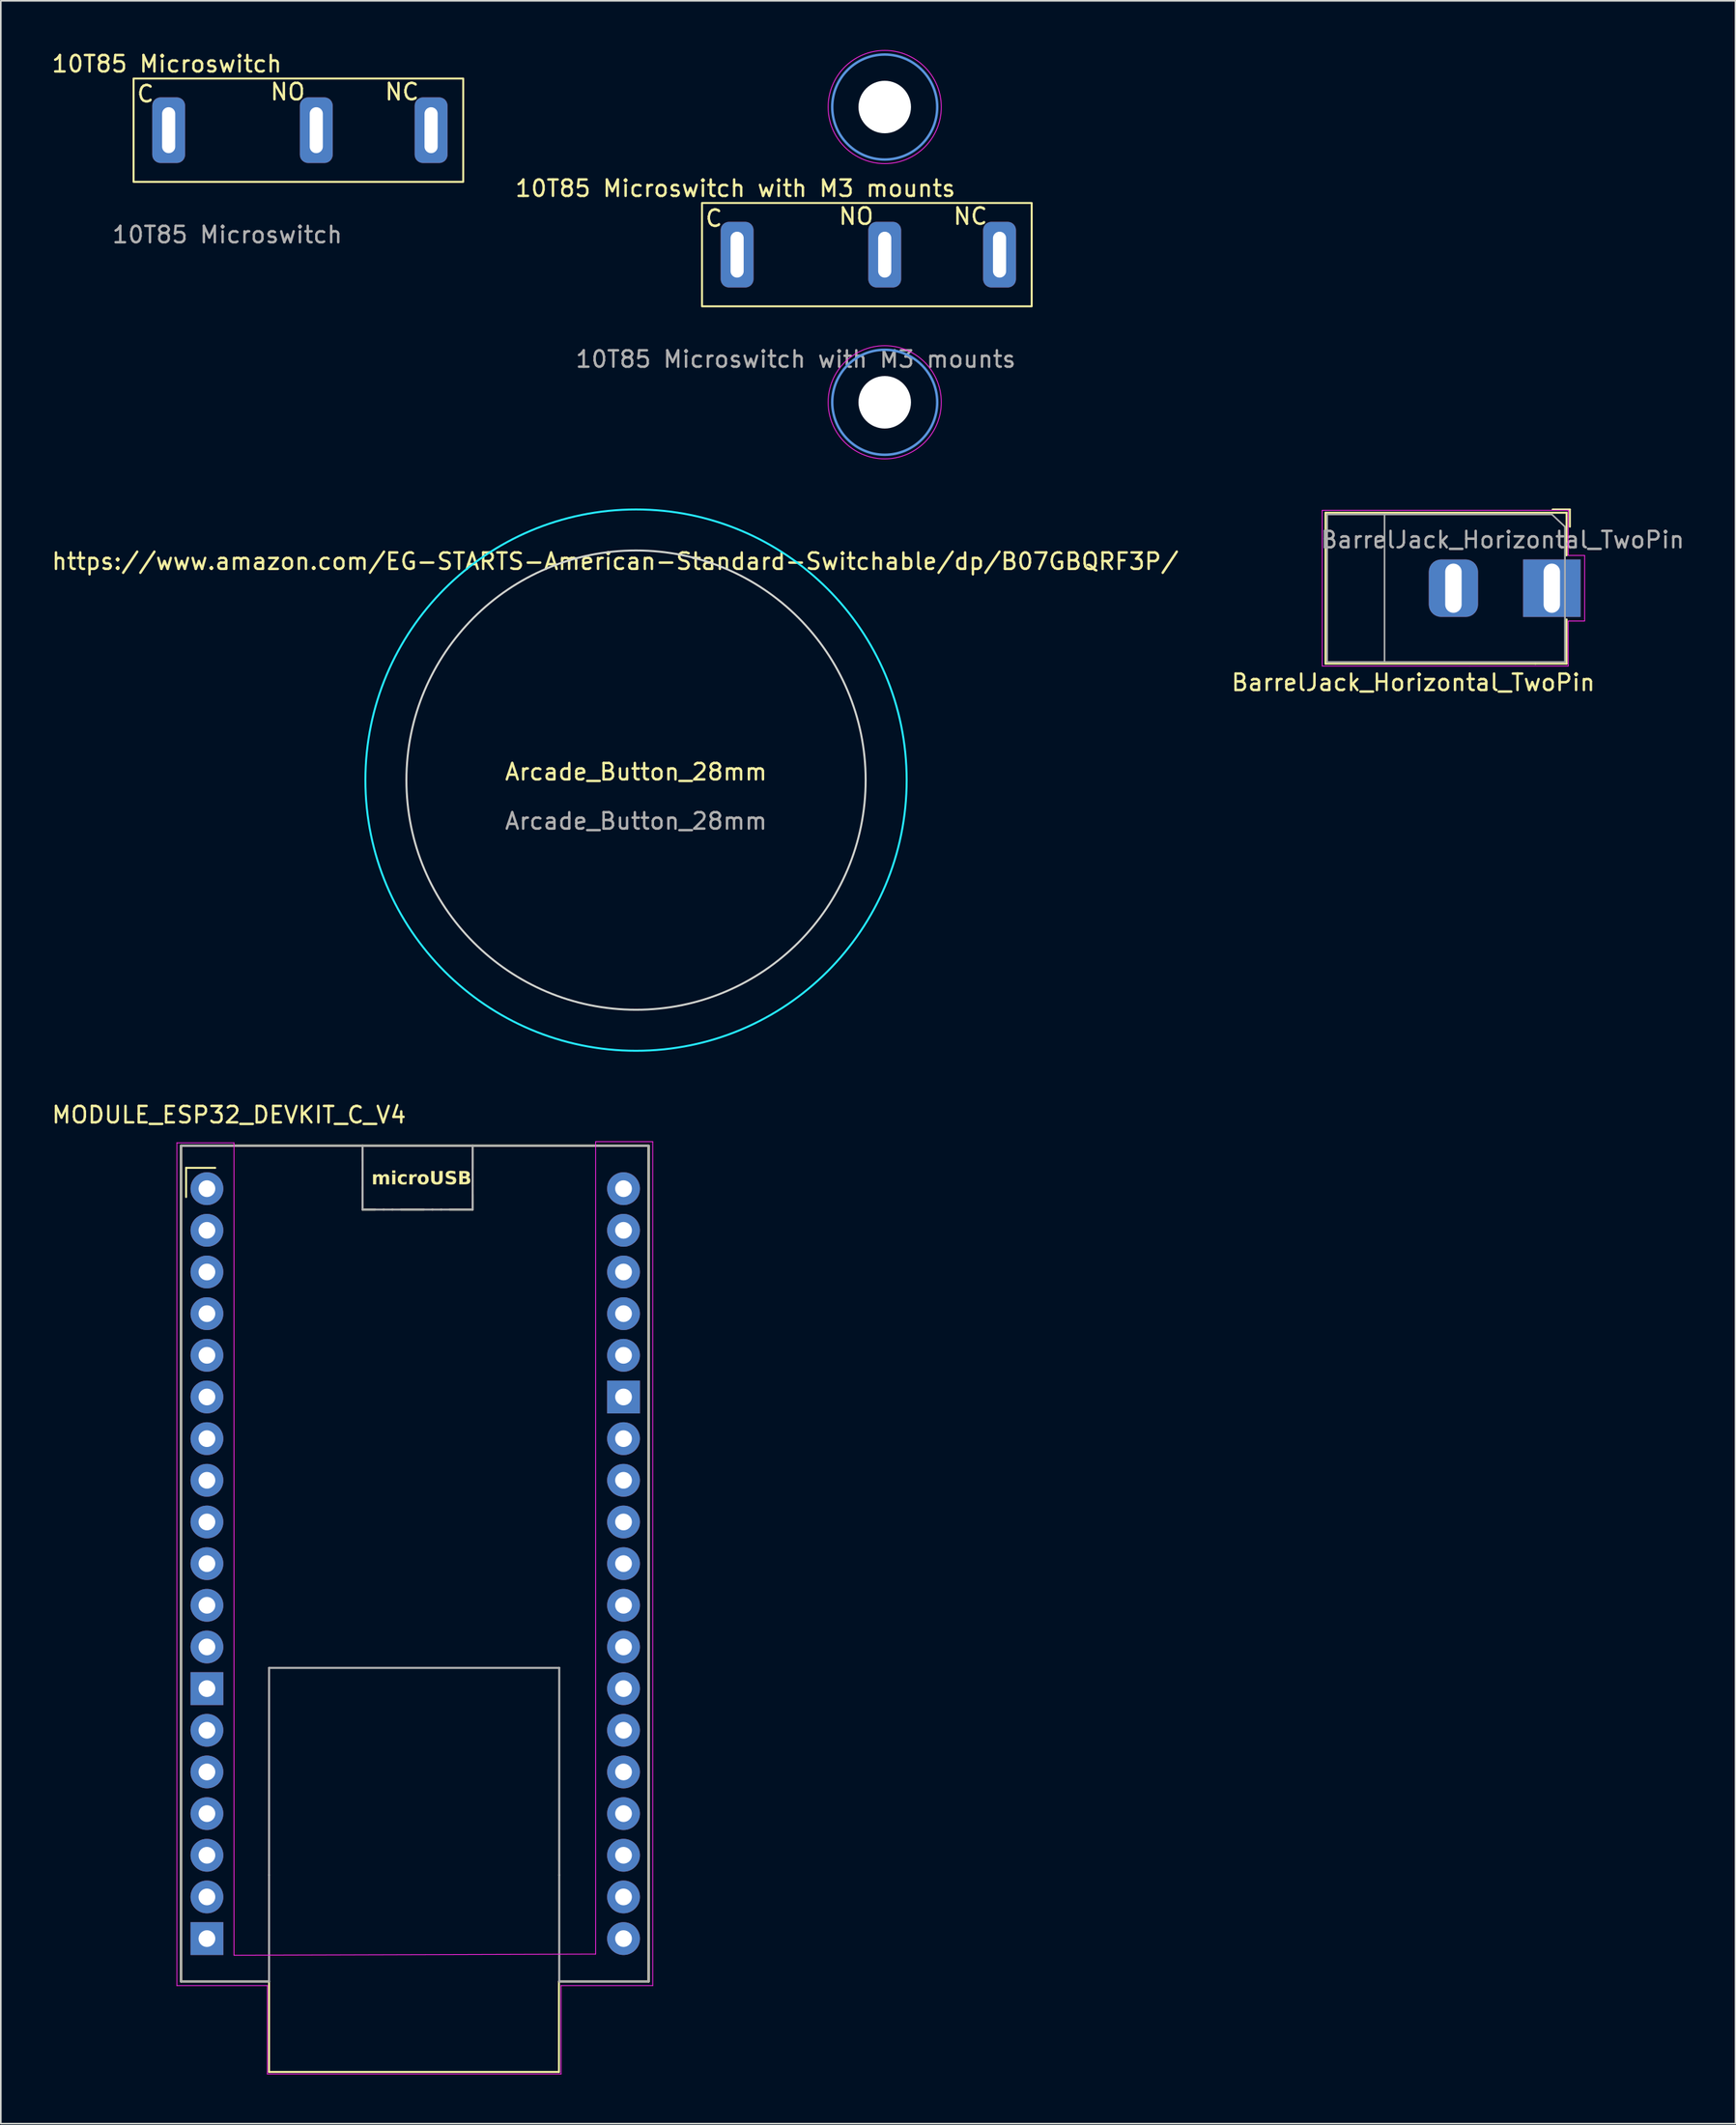
<source format=kicad_pcb>
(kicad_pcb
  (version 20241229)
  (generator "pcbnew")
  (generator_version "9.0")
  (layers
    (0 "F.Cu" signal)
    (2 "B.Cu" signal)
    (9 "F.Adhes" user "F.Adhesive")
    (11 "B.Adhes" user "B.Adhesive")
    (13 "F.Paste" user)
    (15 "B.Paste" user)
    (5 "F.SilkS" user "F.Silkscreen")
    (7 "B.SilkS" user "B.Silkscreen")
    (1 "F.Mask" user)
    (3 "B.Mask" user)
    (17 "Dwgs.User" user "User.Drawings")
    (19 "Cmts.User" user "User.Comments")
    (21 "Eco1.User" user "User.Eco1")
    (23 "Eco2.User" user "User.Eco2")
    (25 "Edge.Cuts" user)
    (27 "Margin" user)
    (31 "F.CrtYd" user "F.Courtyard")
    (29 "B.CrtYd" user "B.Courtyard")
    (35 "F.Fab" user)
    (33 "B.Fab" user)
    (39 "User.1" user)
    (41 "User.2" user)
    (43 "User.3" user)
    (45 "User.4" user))
  (footprint "MODULE_ESP32_DEVKIT_C_V4"
    (layer "F.Cu")
    (at 22.266 92.278)
    (property "Reference" "MODULE_ESP32_DEVKIT_C_V4" (at -11.355 -27.36 0) (layer "F.SilkS") (effects (font (size 1 1) (thickness 0.15))))
    (attr through_hole)
    (fp_line (start -14.28 -25.475) (end -3.211 -25.475) (stroke (width 0.127) (type solid)) (layer "F.SilkS"))
    (fp_line (start -14.28 -25.475) (end 14.23 -25.475) (stroke (width 0.127) (type solid)) (layer "F.SilkS"))
    (fp_line (start -14.28 25.475) (end -14.28 -25.475) (stroke (width 0.127) (type solid)) (layer "F.SilkS"))
    (fp_line (start -14.28 25.475) (end -14.28 -25.475) (stroke (width 0.127) (type solid)) (layer "F.SilkS"))
    (fp_line (start -14.28 25.475) (end -8.91 25.475) (stroke (width 0.127) (type solid)) (layer "F.SilkS"))
    (fp_line (start -13.97 -22.352) (end -13.97 -24.13) (stroke (width 0.12) (type default)) (layer "F.SilkS"))
    (fp_line (start -12.192 -24.13) (end -13.97 -24.13) (stroke (width 0.12) (type default)) (layer "F.SilkS"))
    (fp_line (start -8.91 25.475) (end -8.91 30.988) (stroke (width 0.12) (type default)) (layer "F.SilkS"))
    (fp_line (start -8.91 30.988) (end 8.763 30.988) (stroke (width 0.12) (type default)) (layer "F.SilkS"))
    (fp_line (start -3.211 -25.475) (end 3.5 -25.475) (stroke (width 0.127) (type solid)) (layer "F.SilkS"))
    (fp_line (start -3.211 -21.585) (end -3.211 -25.475) (stroke (width 0.127) (type dash_dot_dot)) (layer "F.SilkS"))
    (fp_line (start 3.5 -25.475) (end 3.5 -21.585) (stroke (width 0.127) (type dash_dot_dot)) (layer "F.SilkS"))
    (fp_line (start 3.5 -25.475) (end 14.23 -25.475) (stroke (width 0.127) (type solid)) (layer "F.SilkS"))
    (fp_line (start 3.5 -21.585) (end -3.211 -21.585) (stroke (width 0.127) (type dash_dot_dot)) (layer "F.SilkS"))
    (fp_line (start 8.763 30.988) (end 8.763 25.475) (stroke (width 0.12) (type default)) (layer "F.SilkS"))
    (fp_line (start 8.78 25.475) (end 14.23 25.475) (stroke (width 0.127) (type solid)) (layer "F.SilkS"))
    (fp_line (start 14.23 -25.475) (end 14.23 25.475) (stroke (width 0.127) (type solid)) (layer "F.SilkS"))
    (fp_line (start 14.23 -25.475) (end 14.23 25.475) (stroke (width 0.127) (type solid)) (layer "F.SilkS"))
    (fp_line (start -14.53 -25.654) (end -14.53 25.725) (stroke (width 0.05) (type solid)) (layer "F.CrtYd"))
    (fp_line (start -14.53 -25.654) (end -11.049 -25.654) (stroke (width 0.05) (type solid)) (layer "F.CrtYd"))
    (fp_line (start -14.53 25.725) (end -9.017 25.725) (stroke (width 0.05) (type solid)) (layer "F.CrtYd"))
    (fp_line (start -11.049 -25.654) (end -11.049 23.876) (stroke (width 0.05) (type solid)) (layer "F.CrtYd"))
    (fp_line (start -9.017 25.725) (end -9.017 31.115) (stroke (width 0.05) (type default)) (layer "F.CrtYd"))
    (fp_line (start 8.89 25.725) (end 8.89 31.115) (stroke (width 0.05) (type default)) (layer "F.CrtYd"))
    (fp_line (start 8.89 25.725) (end 14.48 25.725) (stroke (width 0.05) (type solid)) (layer "F.CrtYd"))
    (fp_line (start 8.89 31.115) (end -9.017 31.115) (stroke (width 0.05) (type default)) (layer "F.CrtYd"))
    (fp_line (start 10.999 -25.725) (end 10.999 23.805) (stroke (width 0.05) (type solid)) (layer "F.CrtYd"))
    (fp_line (start 10.999 -25.725) (end 14.48 -25.725) (stroke (width 0.05) (type solid)) (layer "F.CrtYd"))
    (fp_line (start 10.999 23.805) (end -11.049 23.876) (stroke (width 0.05) (type default)) (layer "F.CrtYd"))
    (fp_line (start 14.48 25.725) (end 14.48 -25.725) (stroke (width 0.05) (type solid)) (layer "F.CrtYd"))
    (fp_line (start -14.28 -25.475) (end -3.211 -25.475) (stroke (width 0.127) (type solid)) (layer "F.Fab"))
    (fp_line (start -14.28 25.475) (end -14.28 -25.475) (stroke (width 0.127) (type solid)) (layer "F.Fab"))
    (fp_line (start -14.28 25.475) (end -8.91 25.475) (stroke (width 0.127) (type solid)) (layer "F.Fab"))
    (fp_line (start -8.91 6.355) (end 8.78 6.355) (stroke (width 0.127) (type solid)) (layer "F.Fab"))
    (fp_line (start -8.91 18.985) (end -8.91 6.355) (stroke (width 0.127) (type solid)) (layer "F.Fab"))
    (fp_line (start -8.91 25.475) (end -8.91 18.985) (stroke (width 0.127) (type solid)) (layer "F.Fab"))
    (fp_line (start -3.211 -25.475) (end 3.5 -25.475) (stroke (width 0.127) (type solid)) (layer "F.Fab"))
    (fp_line (start -3.211 -21.585) (end -3.211 -25.475) (stroke (width 0.127) (type solid)) (layer "F.Fab"))
    (fp_line (start 3.5 -25.475) (end 3.5 -21.585) (stroke (width 0.127) (type solid)) (layer "F.Fab"))
    (fp_line (start 3.5 -25.475) (end 14.23 -25.475) (stroke (width 0.127) (type solid)) (layer "F.Fab"))
    (fp_line (start 3.5 -21.585) (end -3.211 -21.585) (stroke (width 0.127) (type solid)) (layer "F.Fab"))
    (fp_line (start 8.78 6.355) (end 8.78 18.985) (stroke (width 0.127) (type solid)) (layer "F.Fab"))
    (fp_line (start 8.78 18.985) (end 8.78 25.475) (stroke (width 0.127) (type solid)) (layer "F.Fab"))
    (fp_line (start 8.78 25.475) (end 14.23 25.475) (stroke (width 0.127) (type solid)) (layer "F.Fab"))
    (fp_line (start 14.23 -25.475) (end 14.23 25.475) (stroke (width 0.127) (type solid)) (layer "F.Fab"))
    (fp_text user "microUSB" (at -2.667 -22.987 0) (unlocked yes) (layer "F.SilkS") (effects (font (face "Space Mono") (size 0.8 0.8) (thickness 0.16) (bold yes) (italic yes)) (justify left bottom)))
    (pad "1" thru_hole circle (at -12.7 -22.86) (size 2 2) (drill 1.02) (layers "*.Cu" "*.Mask"))
    (pad "2" thru_hole circle (at -12.7 -20.32) (size 2 2) (drill 1.02) (layers "*.Cu" "*.Mask"))
    (pad "3" thru_hole circle (at -12.7 -17.78) (size 2 2) (drill 1.02) (layers "*.Cu" "*.Mask"))
    (pad "4" thru_hole circle (at -12.7 -15.24) (size 2 2) (drill 1.02) (layers "*.Cu" "*.Mask"))
    (pad "5" thru_hole circle (at -12.7 -12.7) (size 2 2) (drill 1.02) (layers "*.Cu" "*.Mask"))
    (pad "6" thru_hole circle (at -12.7 -10.16) (size 2 2) (drill 1.02) (layers "*.Cu" "*.Mask"))
    (pad "7" thru_hole circle (at -12.7 -7.62) (size 2 2) (drill 1.02) (layers "*.Cu" "*.Mask"))
    (pad "8" thru_hole circle (at -12.7 -5.08) (size 2 2) (drill 1.02) (layers "*.Cu" "*.Mask"))
    (pad "9" thru_hole circle (at -12.7 -2.54) (size 2 2) (drill 1.02) (layers "*.Cu" "*.Mask"))
    (pad "10" thru_hole circle (at -12.7 0) (size 2 2) (drill 1.02) (layers "*.Cu" "*.Mask"))
    (pad "11" thru_hole circle (at -12.7 2.54) (size 2 2) (drill 1.02) (layers "*.Cu" "*.Mask"))
    (pad "12" thru_hole circle (at -12.7 5.08) (size 2 2) (drill 1.02) (layers "*.Cu" "*.Mask"))
    (pad "13" thru_hole rect (at -12.7 7.62) (size 2 2) (drill 1.02) (layers "*.Cu" "*.Mask"))
    (pad "14" thru_hole circle (at -12.7 10.16) (size 2 2) (drill 1.02) (layers "*.Cu" "*.Mask"))
    (pad "15" thru_hole circle (at -12.7 12.7) (size 2 2) (drill 1.02) (layers "*.Cu" "*.Mask"))
    (pad "16" thru_hole circle (at -12.7 15.24) (size 2 2) (drill 1.02) (layers "*.Cu" "*.Mask"))
    (pad "17" thru_hole circle (at -12.7 17.78) (size 2 2) (drill 1.02) (layers "*.Cu" "*.Mask"))
    (pad "18" thru_hole circle (at -12.7 20.32) (size 2 2) (drill 1.02) (layers "*.Cu" "*.Mask"))
    (pad "19" thru_hole rect (at -12.7 22.86) (size 2 2) (drill 1.02) (layers "*.Cu" "*.Mask"))
    (pad "20" thru_hole circle (at 12.7 22.86) (size 2 2) (drill 1.02) (layers "*.Cu" "*.Mask"))
    (pad "21" thru_hole circle (at 12.7 20.32) (size 2 2) (drill 1.02) (layers "*.Cu" "*.Mask"))
    (pad "22" thru_hole circle (at 12.7 17.78) (size 2 2) (drill 1.02) (layers "*.Cu" "*.Mask"))
    (pad "23" thru_hole circle (at 12.7 15.24) (size 2 2) (drill 1.02) (layers "*.Cu" "*.Mask"))
    (pad "24" thru_hole circle (at 12.7 12.7) (size 2 2) (drill 1.02) (layers "*.Cu" "*.Mask"))
    (pad "25" thru_hole circle (at 12.7 10.16) (size 2 2) (drill 1.02) (layers "*.Cu" "*.Mask"))
    (pad "26" thru_hole circle (at 12.7 7.62) (size 2 2) (drill 1.02) (layers "*.Cu" "*.Mask"))
    (pad "27" thru_hole circle (at 12.7 5.08) (size 2 2) (drill 1.02) (layers "*.Cu" "*.Mask"))
    (pad "28" thru_hole circle (at 12.7 2.54) (size 2 2) (drill 1.02) (layers "*.Cu" "*.Mask"))
    (pad "29" thru_hole circle (at 12.7 0) (size 2 2) (drill 1.02) (layers "*.Cu" "*.Mask"))
    (pad "30" thru_hole circle (at 12.7 -2.54) (size 2 2) (drill 1.02) (layers "*.Cu" "*.Mask"))
    (pad "31" thru_hole circle (at 12.7 -5.08) (size 2 2) (drill 1.02) (layers "*.Cu" "*.Mask"))
    (pad "32" thru_hole circle (at 12.7 -7.62) (size 2 2) (drill 1.02) (layers "*.Cu" "*.Mask"))
    (pad "33" thru_hole rect (at 12.7 -10.16) (size 2 2) (drill 1.02) (layers "*.Cu" "*.Mask"))
    (pad "34" thru_hole circle (at 12.7 -12.7) (size 2 2) (drill 1.02) (layers "*.Cu" "*.Mask"))
    (pad "35" thru_hole circle (at 12.7 -15.24) (size 2 2) (drill 1.02) (layers "*.Cu" "*.Mask"))
    (pad "36" thru_hole circle (at 12.7 -17.78) (size 2 2) (drill 1.02) (layers "*.Cu" "*.Mask"))
    (pad "37" thru_hole circle (at 12.7 -20.32) (size 2 2) (drill 1.02) (layers "*.Cu" "*.Mask"))
    (pad "38" thru_hole circle (at 12.7 -22.86) (size 2 2) (drill 1.02) (layers "*.Cu" "*.Mask")))
  (footprint "10T85 Microswitch"
    (layer "F.Cu")
    (at 5.093 1.737)
    (property "Reference" "10T85 Microswitch" (at 2.032 -0.889 0) (unlocked yes) (layer "F.SilkS") (effects (font (size 1 1) (thickness 0.15))))
    (attr through_hole)
    (fp_rect (start 0 0) (end 20.1 6.3) (stroke (width 0.12) (type default)) (fill no) (layer "F.SilkS"))
    (fp_text user "C" (at 0.127 1.524 0) (unlocked yes) (layer "F.SilkS") (effects (font (size 1 1) (thickness 0.15)) (justify left bottom)))
    (fp_text user "NC" (at 15.24 1.397 0) (unlocked yes) (layer "F.SilkS") (effects (font (size 1 1) (thickness 0.15)) (justify left bottom)))
    (fp_text user "NO" (at 8.255 1.397 0) (unlocked yes) (layer "F.SilkS") (effects (font (size 1 1) (thickness 0.15)) (justify left bottom)))
    (fp_text user "${REFERENCE}" (at 5.715 9.525 0) (unlocked yes) (layer "F.Fab") (effects (font (size 1 1) (thickness 0.15))))
    (pad "1" thru_hole roundrect (at 2.14 3.15 90) (size 4 2) (drill oval 2.8 0.8) (layers "*.Cu" "*.Mask") (roundrect_rratio 0.25))
    (pad "2" thru_hole roundrect (at 18.14 3.15 90) (size 4 2) (drill oval 2.8 0.8) (layers "*.Cu" "*.Mask") (roundrect_rratio 0.25))
    (pad "3" thru_hole roundrect (at 11.14 3.15 90) (size 4 2) (drill oval 2.8 0.8) (layers "*.Cu" "*.Mask") (roundrect_rratio 0.25)))
  (footprint "BarrelJack_Horizontal_TwoPin"
    (layer "F.Cu")
    (at 91.563 32.81)
    (property "Reference" "BarrelJack_Horizontal_TwoPin" (at -8.45 5.75 0) (layer "F.SilkS") (effects (font (size 1 1) (thickness 0.15))))
    (attr through_hole)
    (fp_line (start -13.8 -4.6) (end 0.9 -4.6) (stroke (width 0.12) (type solid)) (layer "F.SilkS"))
    (fp_line (start -13.8 4.6) (end -13.8 -4.6) (stroke (width 0.12) (type solid)) (layer "F.SilkS"))
    (fp_line (start -1 4.6) (end -13.8 4.6) (stroke (width 0.12) (type solid)) (layer "F.SilkS"))
    (fp_line (start 0.05 -4.8) (end 1.1 -4.8) (stroke (width 0.12) (type solid)) (layer "F.SilkS"))
    (fp_line (start 0.9 -4.6) (end 0.9 -2) (stroke (width 0.12) (type solid)) (layer "F.SilkS"))
    (fp_line (start 0.9 1.9) (end 0.9 4.6) (stroke (width 0.12) (type solid)) (layer "F.SilkS"))
    (fp_line (start 0.9 4.6) (end -1 4.6) (stroke (width 0.12) (type solid)) (layer "F.SilkS"))
    (fp_line (start 1.1 -3.75) (end 1.1 -4.8) (stroke (width 0.12) (type solid)) (layer "F.SilkS"))
    (fp_line (start -14 4.75) (end -14 -4.75) (stroke (width 0.05) (type solid)) (layer "F.CrtYd"))
    (fp_line (start -5 4.75) (end -14 4.75) (stroke (width 0.05) (type solid)) (layer "F.CrtYd"))
    (fp_line (start 1 -4.75) (end -14 -4.75) (stroke (width 0.05) (type solid)) (layer "F.CrtYd"))
    (fp_line (start 1 -4.5) (end 1 -4.75) (stroke (width 0.05) (type solid)) (layer "F.CrtYd"))
    (fp_line (start 1 -4.5) (end 1 -2) (stroke (width 0.05) (type solid)) (layer "F.CrtYd"))
    (fp_line (start 1 -2) (end 2 -2) (stroke (width 0.05) (type solid)) (layer "F.CrtYd"))
    (fp_line (start 1 2) (end 1 4.75) (stroke (width 0.05) (type solid)) (layer "F.CrtYd"))
    (fp_line (start 1 4.75) (end -5 4.75) (stroke (width 0.05) (type solid)) (layer "F.CrtYd"))
    (fp_line (start 2 -2) (end 2 2) (stroke (width 0.05) (type solid)) (layer "F.CrtYd"))
    (fp_line (start 2 2) (end 1 2) (stroke (width 0.05) (type solid)) (layer "F.CrtYd"))
    (fp_line (start -13.7 -4.5) (end -13.7 4.5) (stroke (width 0.1) (type solid)) (layer "F.Fab"))
    (fp_line (start -13.7 4.5) (end 0.8 4.5) (stroke (width 0.1) (type solid)) (layer "F.Fab"))
    (fp_line (start -10.2 -4.5) (end -10.2 4.5) (stroke (width 0.1) (type solid)) (layer "F.Fab"))
    (fp_line (start -0.003 -4.505) (end 0.8 -3.75) (stroke (width 0.1) (type solid)) (layer "F.Fab"))
    (fp_line (start 0 -4.5) (end -13.7 -4.5) (stroke (width 0.1) (type solid)) (layer "F.Fab"))
    (fp_line (start 0.8 4.5) (end 0.8 -3.75) (stroke (width 0.1) (type solid)) (layer "F.Fab"))
    (fp_text user "${REFERENCE}" (at -3 -2.95 0) (layer "F.Fab") (effects (font (size 1 1) (thickness 0.15))))
    (pad "1" thru_hole rect (at 0 0) (size 3.5 3.5) (drill oval 1 3) (layers "*.Cu" "*.Mask"))
    (pad "2" thru_hole roundrect (at -6 0) (size 3 3.5) (drill oval 1 3) (layers "*.Cu" "*.Mask") (roundrect_rratio 0.25)))
  (footprint "Arcade_Button_28mm"
    (layer "F.Cu")
    (at 35.728 44.51)
    (property "Reference" "Arcade_Button_28mm" (at 0 -0.5 0) (unlocked yes) (layer "F.SilkS") (effects (font (size 1 1) (thickness 0.15))))
    (attr through_hole)
    (fp_circle (center 0 0) (end 14 0) (stroke (width 0.12) (type default)) (fill no) (layer "Edge.Cuts"))
    (fp_circle (center 0 0) (end 16.5 0) (stroke (width 0.12) (type default)) (fill no) (layer "B.CrtYd"))
    (fp_text user "https://www.amazon.com/EG-STARTS-American-Standard-Switchable/dp/B07GBQRF3P/" (at -1.27 -13.335 0) (layer "F.SilkS") (effects (font (size 1 1) (thickness 0.15))))
    (fp_text user "${REFERENCE}" (at 0 2.5 0) (unlocked yes) (layer "F.Fab") (effects (font (size 1 1) (thickness 0.15)))))
  (footprint "10T85 Microswitch with M3 mounts"
    (layer "F.Cu")
    (at 50.891 12.475)
    (property "Reference" "10T85 Microswitch with M3 mounts" (at -9.108 -4.039 0) (unlocked yes) (layer "F.SilkS") (effects (font (size 1 1) (thickness 0.15))))
    (attr through_hole)
    (fp_rect (start -11.14 -3.15) (end 8.96 3.15) (stroke (width 0.12) (type default)) (fill no) (layer "F.SilkS"))
    (fp_circle (center 0 -9) (end 3.2 -9) (stroke (width 0.15) (type solid)) (fill no) (layer "Cmts.User"))
    (fp_circle (center 0 9) (end 3.2 9) (stroke (width 0.15) (type solid)) (fill no) (layer "Cmts.User"))
    (fp_circle (center 0 -9) (end 3.45 -9) (stroke (width 0.05) (type solid)) (fill no) (layer "F.CrtYd"))
    (fp_circle (center 0 9) (end 3.45 9) (stroke (width 0.05) (type solid)) (fill no) (layer "F.CrtYd"))
    (fp_text user "NC" (at 4.1 -1.753 0) (unlocked yes) (layer "F.SilkS") (effects (font (size 1 1) (thickness 0.15)) (justify left bottom)))
    (fp_text user "NO" (at -2.885 -1.753 0) (unlocked yes) (layer "F.SilkS") (effects (font (size 1 1) (thickness 0.15)) (justify left bottom)))
    (fp_text user "C" (at -11.013 -1.626 0) (unlocked yes) (layer "F.SilkS") (effects (font (size 1 1) (thickness 0.15)) (justify left bottom)))
    (fp_text user "${REFERENCE}" (at -5.425 6.375 0) (unlocked yes) (layer "F.Fab") (effects (font (size 1 1) (thickness 0.15))))
    (pad "" np_thru_hole circle (at 0 -9) (size 3.2 3.2) (drill 3.2) (layers "*.Cu" "*.Mask"))
    (pad "" np_thru_hole circle (at 0 9) (size 3.2 3.2) (drill 3.2) (layers "*.Cu" "*.Mask"))
    (pad "1" thru_hole roundrect (at -9 0 90) (size 4 2) (drill oval 2.8 0.8) (layers "*.Cu" "*.Mask") (roundrect_rratio 0.25))
    (pad "2" thru_hole roundrect (at 7 0 90) (size 4 2) (drill oval 2.8 0.8) (layers "*.Cu" "*.Mask") (roundrect_rratio 0.25))
    (pad "3" thru_hole roundrect (at 0 0 90) (size 4 2) (drill oval 2.8 0.8) (layers "*.Cu" "*.Mask") (roundrect_rratio 0.25)))
  (gr_rect
    (start -3 -3)
    (end 102.76 126.418)
    (stroke (width 0.1) (type default))
    (fill no)
    (layer "Edge.Cuts")))
</source>
